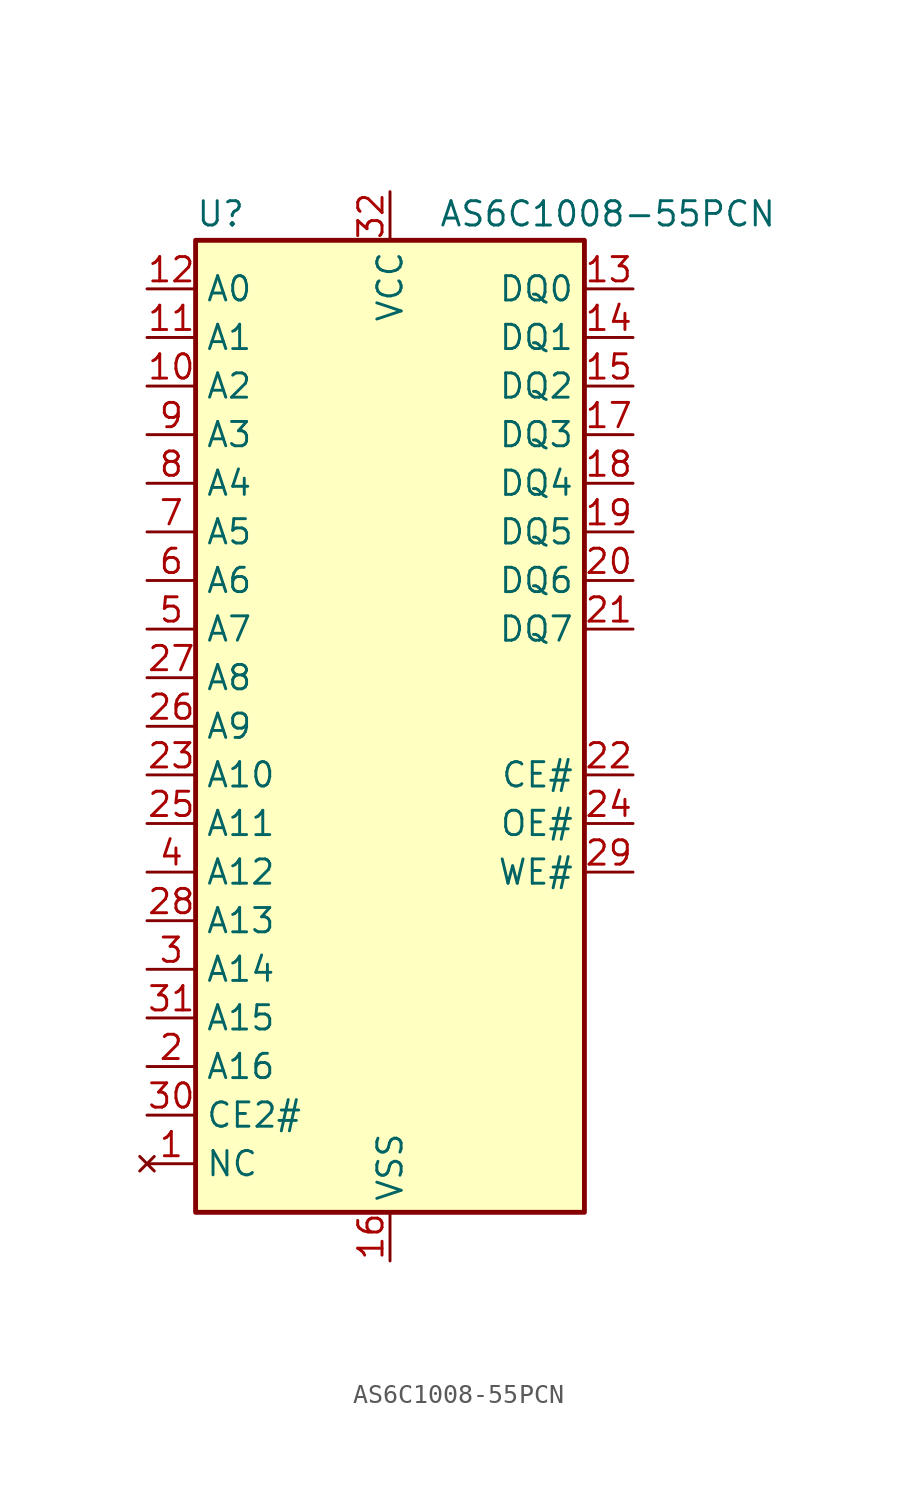
<source format=kicad_sym>
(kicad_symbol_lib
  (version 20220914)
  (generator kicad_symbol_editor)
  (symbol "AS6C1008-55PCN"
    (property "Reference" "U"
      (at -10.16 26.035 0)
      (effects (font (size 1.27 1.27)) (justify left bottom)))
    (property "Value" "AS6C1008-55PCN"
      (at 2.54 26.035 0)
      (effects (font (size 1.27 1.27)) (justify left bottom)))
    (symbol "AS6C1008-55PCN_0_0"
      (pin power_in line (at 0 -27.94 90) (length 2.54) (name "VSS" (effects (font (size 1.27 1.27)))) (number "16" (effects (font (size 1.27 1.27)))))
      (pin power_in line (at 0 27.94 270) (length 2.54) (name "VCC" (effects (font (size 1.27 1.27)))) (number "32" (effects (font (size 1.27 1.27))))))
    (symbol "AS6C1008-55PCN_1_1"
      (rectangle (start -10.16 25.4) (end 10.16 -25.4) (stroke (width 0.254) (type default)) (fill (type background)))
      (pin no_connect line (at -12.7 -22.86 0) (length 2.54) (name "NC" (effects (font (size 1.27 1.27)))) (number "1" (effects (font (size 1.27 1.27)))))
      (pin input line (at -12.7 17.78 0) (length 2.54) (name "A2" (effects (font (size 1.27 1.27)))) (number "10" (effects (font (size 1.27 1.27)))))
      (pin input line (at -12.7 20.32 0) (length 2.54) (name "A1" (effects (font (size 1.27 1.27)))) (number "11" (effects (font (size 1.27 1.27)))))
      (pin input line (at -12.7 22.86 0) (length 2.54) (name "A0" (effects (font (size 1.27 1.27)))) (number "12" (effects (font (size 1.27 1.27)))))
      (pin tri_state line (at 12.7 22.86 180) (length 2.54) (name "DQ0" (effects (font (size 1.27 1.27)))) (number "13" (effects (font (size 1.27 1.27)))))
      (pin tri_state line (at 12.7 20.32 180) (length 2.54) (name "DQ1" (effects (font (size 1.27 1.27)))) (number "14" (effects (font (size 1.27 1.27)))))
      (pin tri_state line (at 12.7 17.78 180) (length 2.54) (name "DQ2" (effects (font (size 1.27 1.27)))) (number "15" (effects (font (size 1.27 1.27)))))
      (pin tri_state line (at 12.7 15.24 180) (length 2.54) (name "DQ3" (effects (font (size 1.27 1.27)))) (number "17" (effects (font (size 1.27 1.27)))))
      (pin tri_state line (at 12.7 12.7 180) (length 2.54) (name "DQ4" (effects (font (size 1.27 1.27)))) (number "18" (effects (font (size 1.27 1.27)))))
      (pin tri_state line (at 12.7 10.16 180) (length 2.54) (name "DQ5" (effects (font (size 1.27 1.27)))) (number "19" (effects (font (size 1.27 1.27)))))
      (pin input line (at -12.7 -17.78 0) (length 2.54) (name "A16" (effects (font (size 1.27 1.27)))) (number "2" (effects (font (size 1.27 1.27)))))
      (pin tri_state line (at 12.7 7.62 180) (length 2.54) (name "DQ6" (effects (font (size 1.27 1.27)))) (number "20" (effects (font (size 1.27 1.27)))))
      (pin tri_state line (at 12.7 5.08 180) (length 2.54) (name "DQ7" (effects (font (size 1.27 1.27)))) (number "21" (effects (font (size 1.27 1.27)))))
      (pin input line (at 12.7 -2.54 180) (length 2.54) (name "CE#" (effects (font (size 1.27 1.27)))) (number "22" (effects (font (size 1.27 1.27)))))
      (pin input line (at -12.7 -2.54 0) (length 2.54) (name "A10" (effects (font (size 1.27 1.27)))) (number "23" (effects (font (size 1.27 1.27)))))
      (pin input line (at 12.7 -5.08 180) (length 2.54) (name "OE#" (effects (font (size 1.27 1.27)))) (number "24" (effects (font (size 1.27 1.27)))))
      (pin input line (at -12.7 -5.08 0) (length 2.54) (name "A11" (effects (font (size 1.27 1.27)))) (number "25" (effects (font (size 1.27 1.27)))))
      (pin input line (at -12.7 0 0) (length 2.54) (name "A9" (effects (font (size 1.27 1.27)))) (number "26" (effects (font (size 1.27 1.27)))))
      (pin input line (at -12.7 2.54 0) (length 2.54) (name "A8" (effects (font (size 1.27 1.27)))) (number "27" (effects (font (size 1.27 1.27)))))
      (pin input line (at -12.7 -10.16 0) (length 2.54) (name "A13" (effects (font (size 1.27 1.27)))) (number "28" (effects (font (size 1.27 1.27)))))
      (pin input line (at 12.7 -7.62 180) (length 2.54) (name "WE#" (effects (font (size 1.27 1.27)))) (number "29" (effects (font (size 1.27 1.27)))))
      (pin input line (at -12.7 -12.7 0) (length 2.54) (name "A14" (effects (font (size 1.27 1.27)))) (number "3" (effects (font (size 1.27 1.27)))))
      (pin input line (at -12.7 -20.32 0) (length 2.54) (name "CE2#" (effects (font (size 1.27 1.27)))) (number "30" (effects (font (size 1.27 1.27)))))
      (pin input line (at -12.7 -15.24 0) (length 2.54) (name "A15" (effects (font (size 1.27 1.27)))) (number "31" (effects (font (size 1.27 1.27)))))
      (pin input line (at -12.7 -7.62 0) (length 2.54) (name "A12" (effects (font (size 1.27 1.27)))) (number "4" (effects (font (size 1.27 1.27)))))
      (pin input line (at -12.7 5.08 0) (length 2.54) (name "A7" (effects (font (size 1.27 1.27)))) (number "5" (effects (font (size 1.27 1.27)))))
      (pin input line (at -12.7 7.62 0) (length 2.54) (name "A6" (effects (font (size 1.27 1.27)))) (number "6" (effects (font (size 1.27 1.27)))))
      (pin input line (at -12.7 10.16 0) (length 2.54) (name "A5" (effects (font (size 1.27 1.27)))) (number "7" (effects (font (size 1.27 1.27)))))
      (pin input line (at -12.7 12.7 0) (length 2.54) (name "A4" (effects (font (size 1.27 1.27)))) (number "8" (effects (font (size 1.27 1.27)))))
      (pin input line (at -12.7 15.24 0) (length 2.54) (name "A3" (effects (font (size 1.27 1.27)))) (number "9" (effects (font (size 1.27 1.27))))))))
</source>
